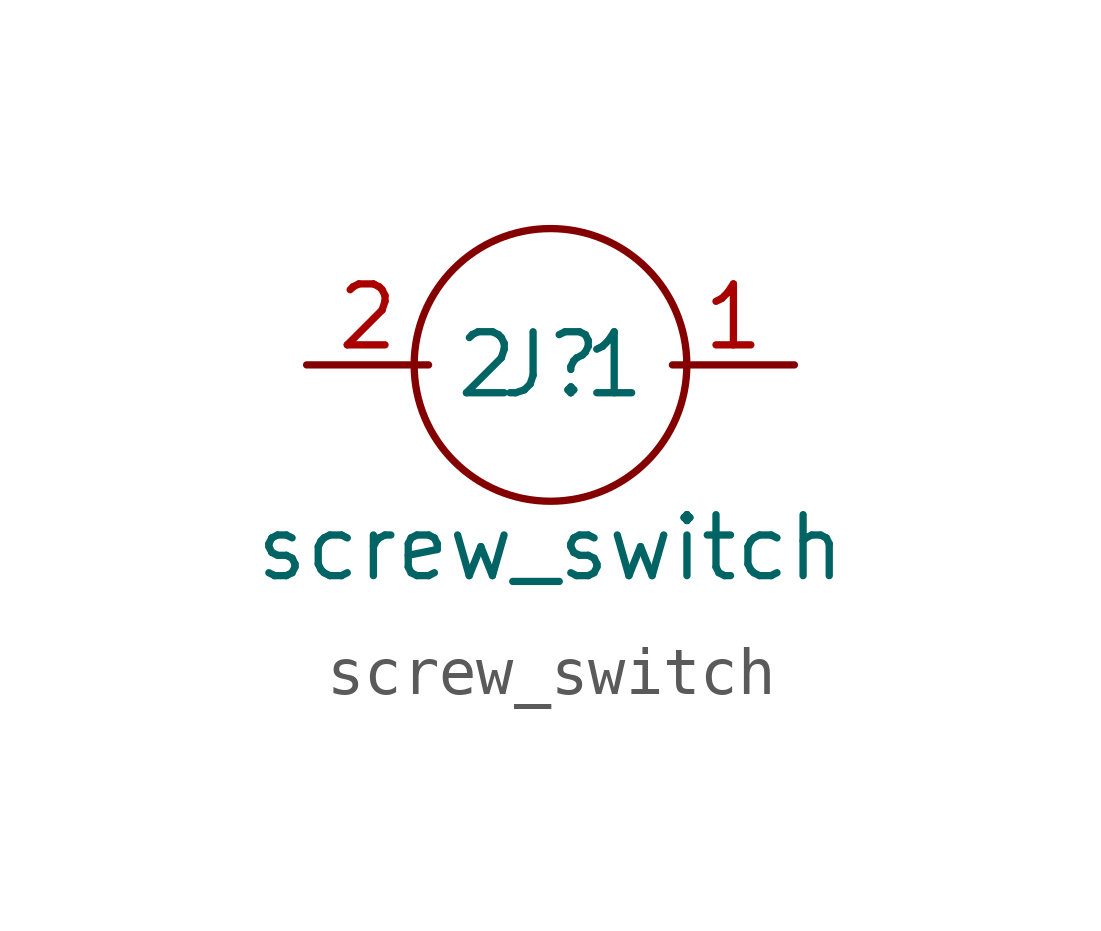
<source format=kicad_sym>
(kicad_symbol_lib
  (version 20211014)
  (generator kicad_symbol_editor)
  (symbol "screw_switch"
    (property "Reference" "J"
      (at 0 0 0)
      (effects (font (size 1.27 1.27))))
    (property "Value" "screw_switch"
      (at 0 -3.81 0)
      (effects (font (size 1.27 1.27))))
    (symbol "screw_switch_0_1"
      (circle (center 0 0) (radius 2.84) (stroke (width 0) (type default) (color 0 0 0 0)) (fill (type none))))
    (symbol "screw_switch_1_1"
      (pin input line (at 5.08 0 180) (length 2.54) (name "1" (effects (font (size 1.27 1.27)))) (number "1" (effects (font (size 1.27 1.27)))))
      (pin input line (at -5.08 0 0) (length 2.54) (name "2" (effects (font (size 1.27 1.27)))) (number "2" (effects (font (size 1.27 1.27))))))))
</source>
